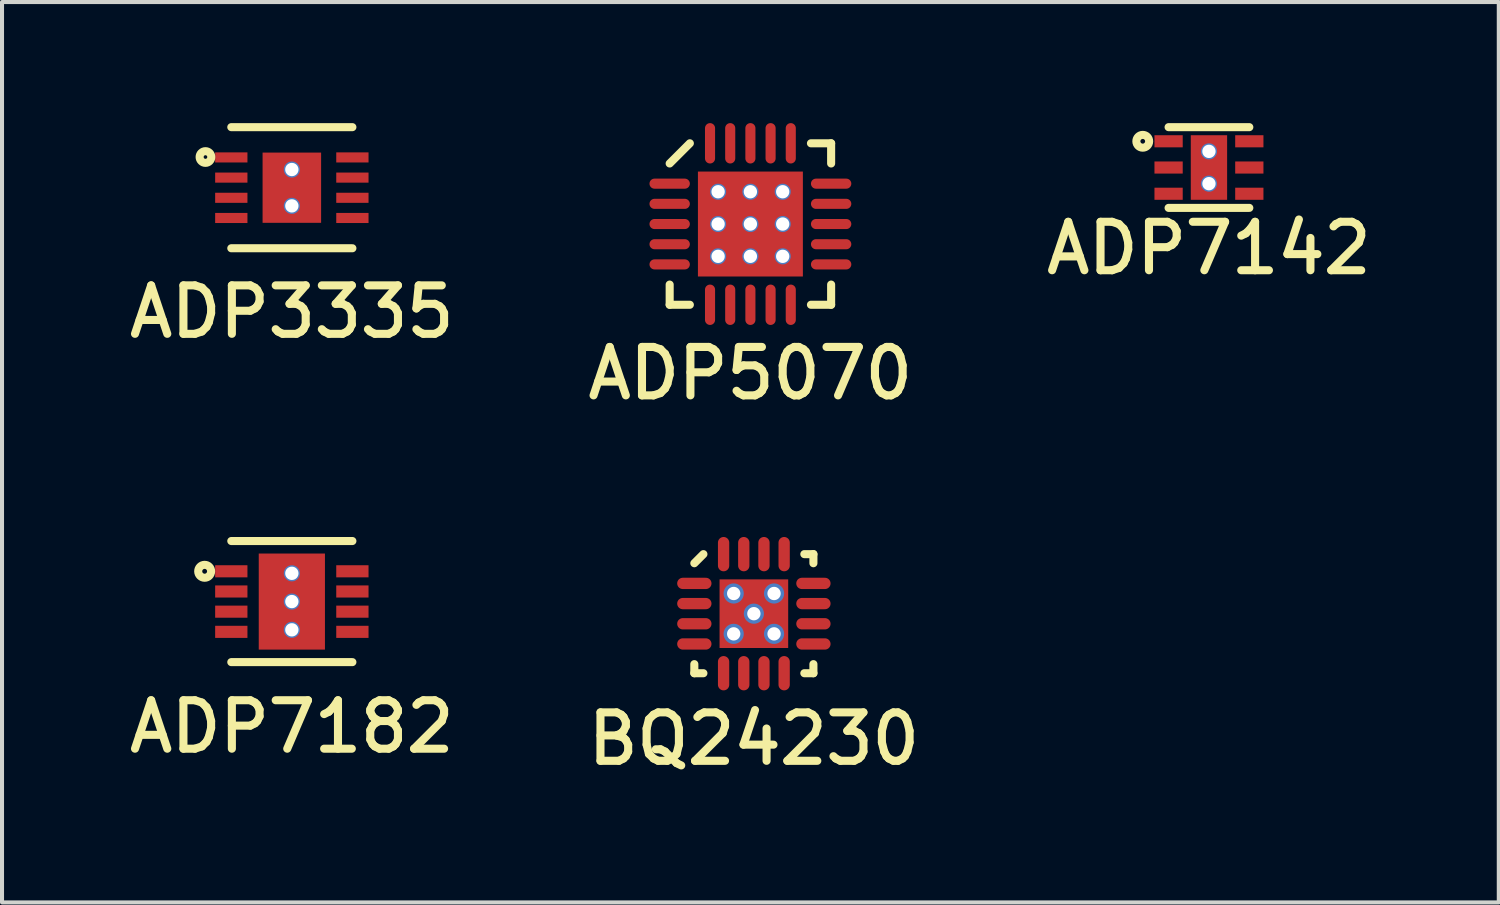
<source format=kicad_pcb>
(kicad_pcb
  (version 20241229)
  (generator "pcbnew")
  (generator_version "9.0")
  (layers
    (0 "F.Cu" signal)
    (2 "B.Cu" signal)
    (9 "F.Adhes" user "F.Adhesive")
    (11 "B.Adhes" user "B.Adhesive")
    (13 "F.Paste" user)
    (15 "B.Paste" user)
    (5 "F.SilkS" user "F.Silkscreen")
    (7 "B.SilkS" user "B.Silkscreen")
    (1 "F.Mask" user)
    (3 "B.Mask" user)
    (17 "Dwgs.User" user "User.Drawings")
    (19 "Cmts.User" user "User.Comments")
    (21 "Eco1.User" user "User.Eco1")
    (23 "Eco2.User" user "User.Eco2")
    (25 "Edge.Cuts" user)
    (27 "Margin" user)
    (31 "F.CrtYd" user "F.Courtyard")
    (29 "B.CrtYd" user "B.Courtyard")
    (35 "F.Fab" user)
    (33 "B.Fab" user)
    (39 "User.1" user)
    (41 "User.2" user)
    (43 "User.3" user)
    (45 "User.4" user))
  (footprint "ADP3335"
    (layer "F.Cu")
    (at 4.18 1.6)
    (property "Reference" "ADP3335" (at 0 3.075 0) (layer "F.SilkS") (effects (font (size 1.2 1.2) (thickness 0.2))))
    (attr through_hole)
    (fp_line (start -1.5 1.5) (end 1.5 1.5) (stroke (width 0.2) (type solid)) (layer "F.SilkS"))
    (fp_line (start 1.5 -1.5) (end -1.5 -1.5) (stroke (width 0.2) (type solid)) (layer "F.SilkS"))
    (fp_circle (center -2.14 -0.76) (end -2.1 -0.78) (stroke (width 0.2) (type solid)) (fill no) (layer "F.SilkS"))
    (pad "1" smd rect (at -1.5 -0.75) (size 0.8 0.25) (layers "F.Cu" "F.Mask" "F.Paste"))
    (pad "2" smd rect (at -1.5 -0.25) (size 0.8 0.25) (layers "F.Cu" "F.Mask" "F.Paste"))
    (pad "3" smd rect (at -1.5 0.25) (size 0.8 0.25) (layers "F.Cu" "F.Mask" "F.Paste"))
    (pad "4" smd rect (at -1.5 0.75) (size 0.8 0.25) (layers "F.Cu" "F.Mask" "F.Paste"))
    (pad "5" smd rect (at 1.5 0.75) (size 0.8 0.25) (layers "F.Cu" "F.Mask" "F.Paste"))
    (pad "6" smd rect (at 1.5 0.25) (size 0.8 0.25) (layers "F.Cu" "F.Mask" "F.Paste"))
    (pad "7" thru_hole circle (at 0 -0.45) (size 0.4 0.4) (drill 0.33) (layers "*.Cu"))
    (pad "7" smd rect (at 0 0) (size 1.45 1.74) (layers "F.Cu" "F.Mask" "F.Paste"))
    (pad "7" thru_hole circle (at 0 0.45) (size 0.4 0.4) (drill 0.33) (layers "*.Cu"))
    (pad "7" smd rect (at 1.5 -0.25) (size 0.8 0.25) (layers "F.Cu" "F.Mask" "F.Paste"))
    (pad "8" smd rect (at 1.5 -0.75) (size 0.8 0.25) (layers "F.Cu" "F.Mask" "F.Paste")))
  (footprint "BQ24230"
    (layer "F.Cu")
    (at 15.626 12.153)
    (property "Reference" "BQ24230" (at 0 3.1 0) (layer "F.SilkS") (effects (font (size 1.2 1.2) (thickness 0.2))))
    (attr through_hole)
    (fp_line (start -1.475 -1.25) (end -1.25 -1.475) (stroke (width 0.2) (type solid)) (layer "F.SilkS"))
    (fp_line (start -1.475 1.475) (end -1.475 1.25) (stroke (width 0.2) (type solid)) (layer "F.SilkS"))
    (fp_line (start -1.25 1.475) (end -1.475 1.475) (stroke (width 0.2) (type solid)) (layer "F.SilkS"))
    (fp_line (start 1.25 -1.475) (end 1.475 -1.475) (stroke (width 0.2) (type solid)) (layer "F.SilkS"))
    (fp_line (start 1.25 1.475) (end 1.475 1.475) (stroke (width 0.2) (type solid)) (layer "F.SilkS"))
    (fp_line (start 1.475 -1.475) (end 1.475 -1.25) (stroke (width 0.2) (type solid)) (layer "F.SilkS"))
    (fp_line (start 1.475 1.475) (end 1.475 1.25) (stroke (width 0.2) (type solid)) (layer "F.SilkS"))
    (pad "1" smd oval (at -1.475 -0.75) (size 0.85 0.28) (layers "F.Cu" "F.Mask" "F.Paste"))
    (pad "2" smd oval (at -1.475 -0.25) (size 0.85 0.28) (layers "F.Cu" "F.Mask" "F.Paste"))
    (pad "3" smd oval (at -1.475 0.25) (size 0.85 0.28) (layers "F.Cu" "F.Mask" "F.Paste"))
    (pad "4" smd oval (at -1.475 0.75) (size 0.85 0.28) (layers "F.Cu" "F.Mask" "F.Paste"))
    (pad "5" smd oval (at -0.75 1.475) (size 0.28 0.85) (layers "F.Cu" "F.Mask" "F.Paste"))
    (pad "6" smd oval (at -0.25 1.475) (size 0.28 0.85) (layers "F.Cu" "F.Mask" "F.Paste"))
    (pad "7" smd oval (at 0.25 1.475) (size 0.28 0.85) (layers "F.Cu" "F.Mask" "F.Paste"))
    (pad "8" thru_hole circle (at -0.5 -0.5) (size 0.5 0.5) (drill 0.33) (layers "*.Cu"))
    (pad "8" thru_hole circle (at -0.5 0.5) (size 0.5 0.5) (drill 0.33) (layers "*.Cu"))
    (pad "8" thru_hole circle (at 0 0) (size 0.5 0.5) (drill 0.33) (layers "*.Cu"))
    (pad "8" smd rect (at 0 0) (size 1.7 1.7) (layers "F.Cu" "F.Mask" "F.Paste"))
    (pad "8" thru_hole circle (at 0.5 -0.5) (size 0.5 0.5) (drill 0.33) (layers "*.Cu"))
    (pad "8" thru_hole circle (at 0.5 0.5) (size 0.5 0.5) (drill 0.33) (layers "*.Cu"))
    (pad "8" smd oval (at 0.75 1.475) (size 0.28 0.85) (layers "F.Cu" "F.Mask" "F.Paste"))
    (pad "9" smd oval (at 1.475 0.75) (size 0.85 0.28) (layers "F.Cu" "F.Mask" "F.Paste"))
    (pad "10" smd oval (at 1.475 0.25) (size 0.85 0.28) (layers "F.Cu" "F.Mask" "F.Paste"))
    (pad "11" smd oval (at 1.475 -0.25) (size 0.85 0.28) (layers "F.Cu" "F.Mask" "F.Paste"))
    (pad "12" smd oval (at 1.475 -0.75) (size 0.85 0.28) (layers "F.Cu" "F.Mask" "F.Paste"))
    (pad "13" smd oval (at 0.75 -1.475) (size 0.28 0.85) (layers "F.Cu" "F.Mask" "F.Paste"))
    (pad "14" smd oval (at 0.25 -1.475) (size 0.28 0.85) (layers "F.Cu" "F.Mask" "F.Paste"))
    (pad "15" smd oval (at -0.25 -1.475) (size 0.28 0.85) (layers "F.Cu" "F.Mask" "F.Paste"))
    (pad "16" smd oval (at -0.75 -1.475) (size 0.28 0.85) (layers "F.Cu" "F.Mask" "F.Paste")))
  (footprint "ADP7142"
    (layer "F.Cu")
    (at 26.9 1.1)
    (property "Reference" "ADP7142" (at 0 2 0) (layer "F.SilkS") (effects (font (size 1.2 1.2) (thickness 0.2))))
    (attr through_hole)
    (fp_line (start -1 1) (end 1 1) (stroke (width 0.2) (type solid)) (layer "F.SilkS"))
    (fp_line (start 1 -1) (end -1 -1) (stroke (width 0.2) (type solid)) (layer "F.SilkS"))
    (fp_circle (center -1.64 -0.65) (end -1.59 -0.68) (stroke (width 0.2) (type solid)) (fill no) (layer "F.SilkS"))
    (pad "1" smd rect (at -1 -0.65) (size 0.7 0.3) (layers "F.Cu" "F.Mask" "F.Paste"))
    (pad "2" smd rect (at -1 0) (size 0.7 0.3) (layers "F.Cu" "F.Mask" "F.Paste"))
    (pad "3" smd rect (at -1 0.65) (size 0.7 0.3) (layers "F.Cu" "F.Mask" "F.Paste"))
    (pad "3" thru_hole circle (at 0 -0.4) (size 0.4 0.4) (drill 0.33) (layers "*.Cu"))
    (pad "3" smd rect (at 0 0) (size 0.9 1.6) (layers "F.Cu" "F.Mask" "F.Paste"))
    (pad "3" thru_hole circle (at 0 0.4) (size 0.4 0.4) (drill 0.33) (layers "*.Cu"))
    (pad "4" smd rect (at 1 0.65) (size 0.7 0.3) (layers "F.Cu" "F.Mask" "F.Paste"))
    (pad "5" smd rect (at 1 0) (size 0.7 0.3) (layers "F.Cu" "F.Mask" "F.Paste"))
    (pad "6" smd rect (at 1 -0.65) (size 0.7 0.3) (layers "F.Cu" "F.Mask" "F.Paste")))
  (footprint "ADP7182"
    (layer "F.Cu")
    (at 4.18 11.853)
    (property "Reference" "ADP7182" (at 0 3.1 0) (layer "F.SilkS") (effects (font (size 1.2 1.2) (thickness 0.2))))
    (attr through_hole)
    (fp_line (start -1.5 1.5) (end 1.5 1.5) (stroke (width 0.2) (type solid)) (layer "F.SilkS"))
    (fp_line (start 1.5 -1.5) (end -1.5 -1.5) (stroke (width 0.2) (type solid)) (layer "F.SilkS"))
    (fp_circle (center -2.16 -0.75) (end -2.1 -0.75) (stroke (width 0.2) (type solid)) (fill no) (layer "F.SilkS"))
    (pad "1" smd rect (at -1.5 -0.75) (size 0.8 0.3) (layers "F.Cu" "F.Mask" "F.Paste"))
    (pad "2" smd rect (at -1.5 -0.25) (size 0.8 0.3) (layers "F.Cu" "F.Mask" "F.Paste"))
    (pad "3" smd rect (at -1.5 0.25) (size 0.8 0.3) (layers "F.Cu" "F.Mask" "F.Paste"))
    (pad "4" smd rect (at -1.5 0.75) (size 0.8 0.3) (layers "F.Cu" "F.Mask" "F.Paste"))
    (pad "5" smd rect (at 1.5 0.75) (size 0.8 0.3) (layers "F.Cu" "F.Mask" "F.Paste"))
    (pad "6" smd rect (at 1.5 0.25) (size 0.8 0.3) (layers "F.Cu" "F.Mask" "F.Paste"))
    (pad "7" smd rect (at 1.5 -0.25) (size 0.8 0.3) (layers "F.Cu" "F.Mask" "F.Paste"))
    (pad "8" thru_hole circle (at 0 -0.7) (size 0.4 0.4) (drill 0.33) (layers "*.Cu"))
    (pad "8" thru_hole circle (at 0 0) (size 0.4 0.4) (drill 0.33) (layers "*.Cu"))
    (pad "8" smd rect (at 0 0) (size 1.64 2.38) (layers "F.Cu" "F.Mask" "F.Paste"))
    (pad "8" thru_hole circle (at 0 0.7) (size 0.4 0.4) (drill 0.33) (layers "*.Cu"))
    (pad "8" smd rect (at 1.5 -0.75) (size 0.8 0.3) (layers "F.Cu" "F.Mask" "F.Paste")))
  (footprint "ADP5070"
    (layer "F.Cu")
    (at 15.54 2.5)
    (property "Reference" "ADP5070" (at 0 3.7 0) (layer "F.SilkS") (effects (font (size 1.2 1.2) (thickness 0.2))))
    (attr through_hole)
    (fp_line (start -2 -1.5) (end -1.5 -2) (stroke (width 0.2) (type solid)) (layer "F.SilkS"))
    (fp_line (start -2 2) (end -2 1.5) (stroke (width 0.2) (type solid)) (layer "F.SilkS"))
    (fp_line (start -1.5 2) (end -2 2) (stroke (width 0.2) (type solid)) (layer "F.SilkS"))
    (fp_line (start 1.5 -2) (end 2 -2) (stroke (width 0.2) (type solid)) (layer "F.SilkS"))
    (fp_line (start 1.5 2) (end 2 2) (stroke (width 0.2) (type solid)) (layer "F.SilkS"))
    (fp_line (start 2 -2) (end 2 -1.5) (stroke (width 0.2) (type solid)) (layer "F.SilkS"))
    (fp_line (start 2 2) (end 2 1.5) (stroke (width 0.2) (type solid)) (layer "F.SilkS"))
    (pad "1" smd oval (at -2 -1) (size 1 0.25) (layers "F.Cu" "F.Mask" "F.Paste"))
    (pad "2" smd oval (at -2 -0.5) (size 1 0.25) (layers "F.Cu" "F.Mask" "F.Paste"))
    (pad "3" smd oval (at -2 0) (size 1 0.25) (layers "F.Cu" "F.Mask" "F.Paste"))
    (pad "4" smd oval (at -2 0.5) (size 1 0.25) (layers "F.Cu" "F.Mask" "F.Paste"))
    (pad "5" smd oval (at -2 1) (size 1 0.25) (layers "F.Cu" "F.Mask" "F.Paste"))
    (pad "6" smd oval (at -1 2) (size 0.25 1) (layers "F.Cu" "F.Mask" "F.Paste"))
    (pad "7" smd oval (at -0.5 2) (size 0.25 1) (layers "F.Cu" "F.Mask" "F.Paste"))
    (pad "8" smd oval (at 0 2) (size 0.25 1) (layers "F.Cu" "F.Mask" "F.Paste"))
    (pad "9" smd oval (at 0.5 2) (size 0.25 1) (layers "F.Cu" "F.Mask" "F.Paste"))
    (pad "10" smd oval (at 1 2) (size 0.25 1) (layers "F.Cu" "F.Mask" "F.Paste"))
    (pad "11" smd oval (at 2 1) (size 1 0.25) (layers "F.Cu" "F.Mask" "F.Paste"))
    (pad "12" smd oval (at 2 0.5) (size 1 0.25) (layers "F.Cu" "F.Mask" "F.Paste"))
    (pad "13" thru_hole circle (at -0.8 -0.8) (size 0.4 0.4) (drill 0.33) (layers "*.Cu"))
    (pad "13" thru_hole circle (at -0.8 0) (size 0.4 0.4) (drill 0.33) (layers "*.Cu"))
    (pad "13" thru_hole circle (at -0.8 0.8) (size 0.4 0.4) (drill 0.33) (layers "*.Cu"))
    (pad "13" thru_hole circle (at 0 -0.8) (size 0.4 0.4) (drill 0.33) (layers "*.Cu"))
    (pad "13" thru_hole circle (at 0 0) (size 0.4 0.4) (drill 0.33) (layers "*.Cu"))
    (pad "13" smd rect (at 0 0) (size 2.6 2.6) (layers "F.Cu" "F.Mask" "F.Paste"))
    (pad "13" thru_hole circle (at 0 0.8) (size 0.4 0.4) (drill 0.33) (layers "*.Cu"))
    (pad "13" thru_hole circle (at 0.8 -0.8) (size 0.4 0.4) (drill 0.33) (layers "*.Cu"))
    (pad "13" thru_hole circle (at 0.8 0) (size 0.4 0.4) (drill 0.33) (layers "*.Cu"))
    (pad "13" thru_hole circle (at 0.8 0.8) (size 0.4 0.4) (drill 0.33) (layers "*.Cu"))
    (pad "13" smd oval (at 2 0) (size 1 0.25) (layers "F.Cu" "F.Mask" "F.Paste"))
    (pad "14" smd oval (at 2 -0.5) (size 1 0.25) (layers "F.Cu" "F.Mask" "F.Paste"))
    (pad "15" smd oval (at 2 -1) (size 1 0.25) (layers "F.Cu" "F.Mask" "F.Paste"))
    (pad "16" smd oval (at 1 -2) (size 0.25 1) (layers "F.Cu" "F.Mask" "F.Paste"))
    (pad "17" smd oval (at 0.5 -2) (size 0.25 1) (layers "F.Cu" "F.Mask" "F.Paste"))
    (pad "18" smd oval (at 0 -2) (size 0.25 1) (layers "F.Cu" "F.Mask" "F.Paste"))
    (pad "19" smd oval (at -0.5 -2) (size 0.25 1) (layers "F.Cu" "F.Mask" "F.Paste"))
    (pad "20" smd oval (at -1 -2) (size 0.25 1) (layers "F.Cu" "F.Mask" "F.Paste")))
  (gr_rect
    (start -3 -3)
    (end 34.08 19.306)
    (stroke (width 0.1) (type default))
    (fill no)
    (layer "Edge.Cuts")))
</source>
